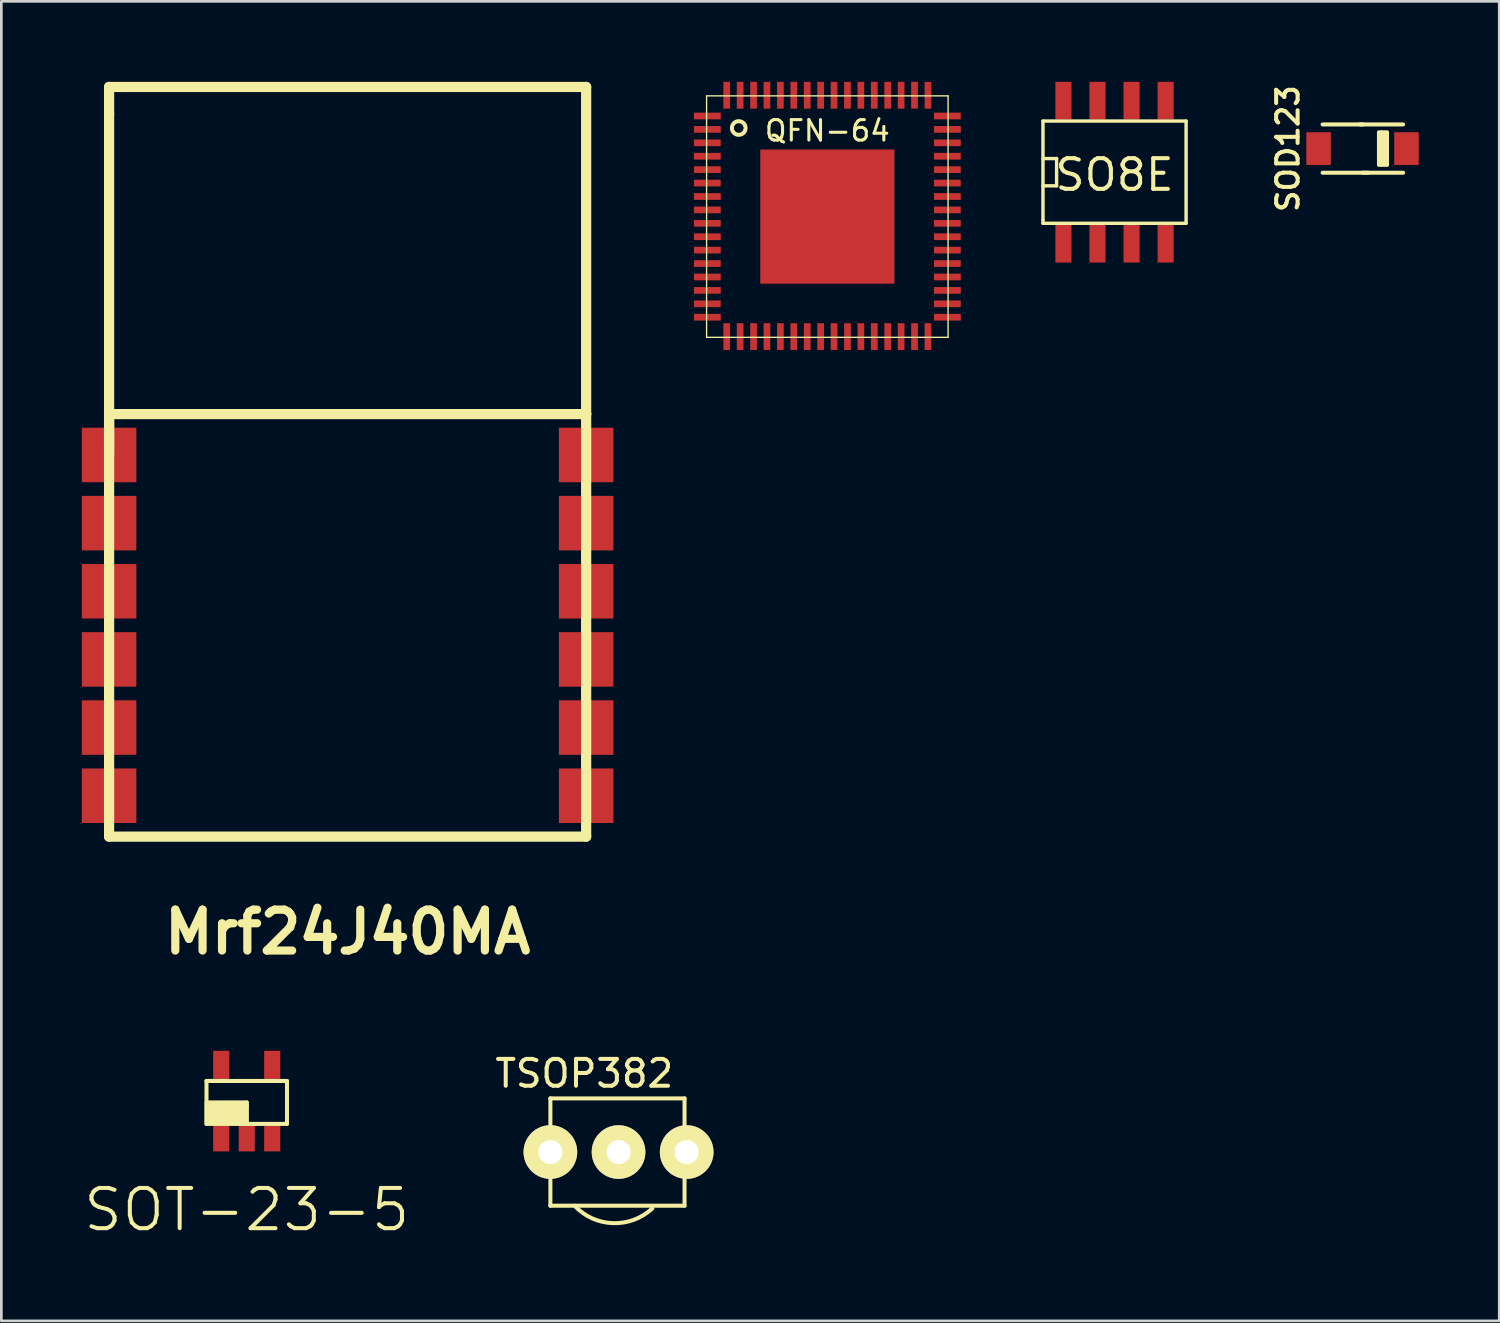
<source format=kicad_pcb>
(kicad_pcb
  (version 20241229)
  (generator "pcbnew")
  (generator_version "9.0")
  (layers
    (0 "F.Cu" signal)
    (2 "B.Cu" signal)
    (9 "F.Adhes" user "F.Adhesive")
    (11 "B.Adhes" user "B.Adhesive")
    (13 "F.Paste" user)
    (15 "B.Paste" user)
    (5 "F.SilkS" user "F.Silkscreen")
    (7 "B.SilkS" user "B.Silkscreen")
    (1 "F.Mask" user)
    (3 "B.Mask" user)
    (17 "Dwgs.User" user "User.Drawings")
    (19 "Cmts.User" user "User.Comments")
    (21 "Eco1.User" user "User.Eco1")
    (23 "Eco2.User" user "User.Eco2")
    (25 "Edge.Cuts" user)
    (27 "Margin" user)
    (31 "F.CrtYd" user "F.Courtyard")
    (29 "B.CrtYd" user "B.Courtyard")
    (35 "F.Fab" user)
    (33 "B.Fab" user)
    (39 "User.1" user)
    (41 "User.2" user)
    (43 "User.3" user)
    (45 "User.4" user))
  (footprint "SOD123"
    (layer "F.Cu")
    (at 47.744 2.488)
    (property "Reference" "SOD123" (at -2.794 0 270) (layer "F.SilkS") (effects (font (size 0.8 0.8) (thickness 0.15))))
    (attr through_hole)
    (fp_line (start 0 -0.9) (end -0.1 -0.9) (stroke (width 0.15) (type solid)) (layer "F.SilkS"))
    (fp_line (start 0 0.9) (end 0.2 0.9) (stroke (width 0.15) (type solid)) (layer "F.SilkS"))
    (fp_line (start 0.6 -0.6) (end 0.6 0.6) (stroke (width 0.15) (type solid)) (layer "F.SilkS"))
    (fp_line (start 0.6 0.6) (end 0.7 0.6) (stroke (width 0.15) (type solid)) (layer "F.SilkS"))
    (fp_line (start 0.7 -0.6) (end 0.6 -0.6) (stroke (width 0.15) (type solid)) (layer "F.SilkS"))
    (fp_line (start 0.7 -0.6) (end 0.7 0.6) (stroke (width 0.15) (type solid)) (layer "F.SilkS"))
    (fp_line (start 0.7 0.6) (end 0.9 0.6) (stroke (width 0.15) (type solid)) (layer "F.SilkS"))
    (fp_line (start 0.8 -0.6) (end 0.8 0.6) (stroke (width 0.15) (type solid)) (layer "F.SilkS"))
    (fp_line (start 0.9 -0.6) (end 0.7 -0.6) (stroke (width 0.15) (type solid)) (layer "F.SilkS"))
    (fp_line (start 0.9 -0.6) (end 0.9 0.6) (stroke (width 0.15) (type solid)) (layer "F.SilkS"))
    (fp_line (start 1.5 -0.9) (end -1.5 -0.9) (stroke (width 0.15) (type solid)) (layer "F.SilkS"))
    (fp_line (start 1.5 0.9) (end -1.5 0.9) (stroke (width 0.15) (type solid)) (layer "F.SilkS"))
    (pad "1" smd rect (at 1.626 0) (size 0.914 1.219) (layers "F.Cu" "F.Mask" "F.Paste"))
    (pad "2" smd rect (at -1.651 0) (size 0.914 1.219) (layers "F.Cu" "F.Mask" "F.Paste")))
  (footprint "QFN-64"
    (layer "F.Cu")
    (at 27.785 5.023)
    (property "Reference" "QFN-64" (at 0 -3.2 0) (layer "F.SilkS") (effects (font (size 0.762 0.762) (thickness 0.114))))
    (attr through_hole)
    (fp_line (start -4.5 -4.5) (end 4.5 -4.5) (stroke (width 0.05) (type solid)) (layer "F.SilkS"))
    (fp_line (start -4.5 4.5) (end -4.5 -4.5) (stroke (width 0.05) (type solid)) (layer "F.SilkS"))
    (fp_line (start 4.5 -4.5) (end 4.5 4.5) (stroke (width 0.05) (type solid)) (layer "F.SilkS"))
    (fp_line (start 4.5 4.5) (end -4.5 4.5) (stroke (width 0.05) (type solid)) (layer "F.SilkS"))
    (fp_circle (center -3.302 -3.302) (end -3.048 -3.302) (stroke (width 0.15) (type solid)) (fill no) (layer "F.SilkS"))
    (pad "1" smd rect (at -4.473 -3.75 270) (size 0.25 1) (layers "F.Cu" "F.Mask" "F.Paste"))
    (pad "2" smd rect (at -4.473 -3.25 270) (size 0.25 1) (layers "F.Cu" "F.Mask" "F.Paste"))
    (pad "3" smd rect (at -4.473 -2.75 270) (size 0.25 1) (layers "F.Cu" "F.Mask" "F.Paste"))
    (pad "4" smd rect (at -4.473 -2.25 270) (size 0.25 1) (layers "F.Cu" "F.Mask" "F.Paste"))
    (pad "5" smd rect (at -4.473 -1.75 270) (size 0.25 1) (layers "F.Cu" "F.Mask" "F.Paste"))
    (pad "6" smd rect (at -4.473 -1.25 270) (size 0.25 1) (layers "F.Cu" "F.Mask" "F.Paste"))
    (pad "7" smd rect (at -4.473 -0.75 270) (size 0.25 1) (layers "F.Cu" "F.Mask" "F.Paste"))
    (pad "8" smd rect (at -4.473 -0.25 270) (size 0.25 1) (layers "F.Cu" "F.Mask" "F.Paste"))
    (pad "9" smd rect (at -4.473 0.25 270) (size 0.25 1) (layers "F.Cu" "F.Mask" "F.Paste"))
    (pad "10" smd rect (at -4.473 0.75 270) (size 0.25 1) (layers "F.Cu" "F.Mask" "F.Paste"))
    (pad "11" smd rect (at -4.473 1.25 270) (size 0.25 1) (layers "F.Cu" "F.Mask" "F.Paste"))
    (pad "12" smd rect (at -4.473 1.75 270) (size 0.25 1) (layers "F.Cu" "F.Mask" "F.Paste"))
    (pad "13" smd rect (at -4.473 2.25 270) (size 0.25 1) (layers "F.Cu" "F.Mask" "F.Paste"))
    (pad "14" smd rect (at -4.473 2.75 270) (size 0.25 1) (layers "F.Cu" "F.Mask" "F.Paste"))
    (pad "15" smd rect (at -4.473 3.25 270) (size 0.25 1) (layers "F.Cu" "F.Mask" "F.Paste"))
    (pad "16" smd rect (at -4.473 3.75 270) (size 0.25 1) (layers "F.Cu" "F.Mask" "F.Paste"))
    (pad "17" smd rect (at -3.75 4.473) (size 0.25 1) (layers "F.Cu" "F.Mask" "F.Paste"))
    (pad "18" smd rect (at -3.25 4.473) (size 0.25 1) (layers "F.Cu" "F.Mask" "F.Paste"))
    (pad "19" smd rect (at -2.75 4.473) (size 0.25 1) (layers "F.Cu" "F.Mask" "F.Paste"))
    (pad "20" smd rect (at -2.25 4.473) (size 0.25 1) (layers "F.Cu" "F.Mask" "F.Paste"))
    (pad "21" smd rect (at -1.75 4.473) (size 0.25 1) (layers "F.Cu" "F.Mask" "F.Paste"))
    (pad "22" smd rect (at -1.25 4.473) (size 0.25 1) (layers "F.Cu" "F.Mask" "F.Paste"))
    (pad "23" smd rect (at -0.75 4.473) (size 0.25 1) (layers "F.Cu" "F.Mask" "F.Paste"))
    (pad "24" smd rect (at -0.25 4.473) (size 0.25 1) (layers "F.Cu" "F.Mask" "F.Paste"))
    (pad "25" smd rect (at 0.25 4.473) (size 0.25 1) (layers "F.Cu" "F.Mask" "F.Paste"))
    (pad "26" smd rect (at 0.75 4.473) (size 0.25 1) (layers "F.Cu" "F.Mask" "F.Paste"))
    (pad "27" smd rect (at 1.25 4.473) (size 0.25 1) (layers "F.Cu" "F.Mask" "F.Paste"))
    (pad "28" smd rect (at 1.75 4.473) (size 0.25 1) (layers "F.Cu" "F.Mask" "F.Paste"))
    (pad "29" smd rect (at 2.25 4.473) (size 0.25 1) (layers "F.Cu" "F.Mask" "F.Paste"))
    (pad "30" smd rect (at 2.75 4.473) (size 0.25 1) (layers "F.Cu" "F.Mask" "F.Paste"))
    (pad "31" smd rect (at 3.25 4.473) (size 0.25 1) (layers "F.Cu" "F.Mask" "F.Paste"))
    (pad "32" smd rect (at 3.75 4.473) (size 0.25 1) (layers "F.Cu" "F.Mask" "F.Paste"))
    (pad "33" smd rect (at 4.473 3.75 90) (size 0.25 1) (layers "F.Cu" "F.Mask" "F.Paste"))
    (pad "34" smd rect (at 4.473 3.25 90) (size 0.25 1) (layers "F.Cu" "F.Mask" "F.Paste"))
    (pad "35" smd rect (at 4.473 2.75 90) (size 0.25 1) (layers "F.Cu" "F.Mask" "F.Paste"))
    (pad "36" smd rect (at 4.473 2.25 90) (size 0.25 1) (layers "F.Cu" "F.Mask" "F.Paste"))
    (pad "37" smd rect (at 4.473 1.75 90) (size 0.25 1) (layers "F.Cu" "F.Mask" "F.Paste"))
    (pad "38" smd rect (at 4.473 1.25 90) (size 0.25 1) (layers "F.Cu" "F.Mask" "F.Paste"))
    (pad "39" smd rect (at 4.473 0.75 90) (size 0.25 1) (layers "F.Cu" "F.Mask" "F.Paste"))
    (pad "40" smd rect (at 4.473 0.25 90) (size 0.25 1) (layers "F.Cu" "F.Mask" "F.Paste"))
    (pad "41" smd rect (at 4.473 -0.25 90) (size 0.25 1) (layers "F.Cu" "F.Mask" "F.Paste"))
    (pad "42" smd rect (at 4.473 -0.75 90) (size 0.25 1) (layers "F.Cu" "F.Mask" "F.Paste"))
    (pad "43" smd rect (at 4.473 -1.25 90) (size 0.25 1) (layers "F.Cu" "F.Mask" "F.Paste"))
    (pad "44" smd rect (at 4.473 -1.75 90) (size 0.25 1) (layers "F.Cu" "F.Mask" "F.Paste"))
    (pad "45" smd rect (at 4.473 -2.25 90) (size 0.25 1) (layers "F.Cu" "F.Mask" "F.Paste"))
    (pad "46" smd rect (at 4.473 -2.75 90) (size 0.25 1) (layers "F.Cu" "F.Mask" "F.Paste"))
    (pad "47" smd rect (at 4.473 -3.25 90) (size 0.25 1) (layers "F.Cu" "F.Mask" "F.Paste"))
    (pad "48" smd rect (at 4.473 -3.75 90) (size 0.25 1) (layers "F.Cu" "F.Mask" "F.Paste"))
    (pad "49" smd rect (at 3.75 -4.523 180) (size 0.25 1) (layers "F.Cu" "F.Mask" "F.Paste"))
    (pad "50" smd rect (at 3.25 -4.523 180) (size 0.25 1) (layers "F.Cu" "F.Mask" "F.Paste"))
    (pad "51" smd rect (at 2.75 -4.523 180) (size 0.25 1) (layers "F.Cu" "F.Mask" "F.Paste"))
    (pad "52" smd rect (at 2.25 -4.523 180) (size 0.25 1) (layers "F.Cu" "F.Mask" "F.Paste"))
    (pad "53" smd rect (at 1.75 -4.523 180) (size 0.25 1) (layers "F.Cu" "F.Mask" "F.Paste"))
    (pad "54" smd rect (at 1.25 -4.523 180) (size 0.25 1) (layers "F.Cu" "F.Mask" "F.Paste"))
    (pad "55" smd rect (at 0.75 -4.523 180) (size 0.25 1) (layers "F.Cu" "F.Mask" "F.Paste"))
    (pad "56" smd rect (at 0.25 -4.523 180) (size 0.25 1) (layers "F.Cu" "F.Mask" "F.Paste"))
    (pad "57" smd rect (at -0.25 -4.523 180) (size 0.25 1) (layers "F.Cu" "F.Mask" "F.Paste"))
    (pad "58" smd rect (at -0.75 -4.523 180) (size 0.25 1) (layers "F.Cu" "F.Mask" "F.Paste"))
    (pad "59" smd rect (at -1.25 -4.523 180) (size 0.25 1) (layers "F.Cu" "F.Mask" "F.Paste"))
    (pad "60" smd rect (at -1.75 -4.523 180) (size 0.25 1) (layers "F.Cu" "F.Mask" "F.Paste"))
    (pad "61" smd rect (at -2.25 -4.523 180) (size 0.25 1) (layers "F.Cu" "F.Mask" "F.Paste"))
    (pad "62" smd rect (at -2.75 -4.523 180) (size 0.25 1) (layers "F.Cu" "F.Mask" "F.Paste"))
    (pad "63" smd rect (at -3.25 -4.523 180) (size 0.25 1) (layers "F.Cu" "F.Mask" "F.Paste"))
    (pad "64" smd rect (at -3.75 -4.523 180) (size 0.25 1) (layers "F.Cu" "F.Mask" "F.Paste"))
    (pad "65" smd rect (at 0 0) (size 5 5) (layers "F.Cu" "F.Mask" "F.Paste")))
  (footprint "SOT-23-5"
    (layer "F.Cu")
    (at 6.146 38.038)
    (property "Reference" "SOT-23-5" (at 0 4 0) (layer "F.SilkS") (effects (font (size 1.5 1.5) (thickness 0.15))))
    (attr through_hole)
    (fp_line (start -1.5 -0.8) (end -1.5 0.8) (stroke (width 0.15) (type solid)) (layer "F.SilkS"))
    (fp_line (start -1.5 0) (end 0 0) (stroke (width 0.15) (type solid)) (layer "F.SilkS"))
    (fp_line (start -1.5 0.1) (end 0 0.1) (stroke (width 0.15) (type solid)) (layer "F.SilkS"))
    (fp_line (start -1.5 0.4) (end 0 0.4) (stroke (width 0.15) (type solid)) (layer "F.SilkS"))
    (fp_line (start -1.5 0.6) (end 0 0.6) (stroke (width 0.15) (type solid)) (layer "F.SilkS"))
    (fp_line (start -1.5 0.8) (end 1.5 0.8) (stroke (width 0.15) (type solid)) (layer "F.SilkS"))
    (fp_line (start 0 0) (end 0 0.8) (stroke (width 0.15) (type solid)) (layer "F.SilkS"))
    (fp_line (start 0 0.1) (end 0 0.2) (stroke (width 0.15) (type solid)) (layer "F.SilkS"))
    (fp_line (start 0 0.2) (end -1.5 0.2) (stroke (width 0.15) (type solid)) (layer "F.SilkS"))
    (fp_line (start 0 0.3) (end -1.5 0.3) (stroke (width 0.15) (type solid)) (layer "F.SilkS"))
    (fp_line (start 0 0.5) (end -1.5 0.5) (stroke (width 0.15) (type solid)) (layer "F.SilkS"))
    (fp_line (start 0 0.7) (end -1.5 0.7) (stroke (width 0.15) (type solid)) (layer "F.SilkS"))
    (fp_line (start 1.5 -0.8) (end -1.5 -0.8) (stroke (width 0.15) (type solid)) (layer "F.SilkS"))
    (fp_line (start 1.5 0.8) (end 1.5 -0.8) (stroke (width 0.15) (type solid)) (layer "F.SilkS"))
    (pad "1" smd rect (at -0.95 1.3) (size 0.6 1.05) (layers "F.Cu" "F.Mask" "F.Paste"))
    (pad "2" smd rect (at 0 1.3) (size 0.6 1.05) (layers "F.Cu" "F.Mask" "F.Paste"))
    (pad "3" smd rect (at 0.95 1.3) (size 0.6 1.05) (layers "F.Cu" "F.Mask" "F.Paste"))
    (pad "4" smd rect (at 0.95 -1.4) (size 0.6 1.05) (layers "F.Cu" "F.Mask" "F.Paste"))
    (pad "5" smd rect (at -0.95 -1.4) (size 0.6 1.05) (layers "F.Cu" "F.Mask" "F.Paste")))
  (footprint "TSOP382"
    (layer "F.Cu")
    (at 17.463 39.887)
    (property "Reference" "TSOP382" (at 1.264 -2.926 0) (layer "F.SilkS") (effects (font (size 1 1) (thickness 0.15))))
    (attr through_hole)
    (fp_line (start 0 -2) (end 5 -2) (stroke (width 0.15) (type solid)) (layer "F.SilkS"))
    (fp_line (start 0 2) (end 0 -2) (stroke (width 0.15) (type solid)) (layer "F.SilkS"))
    (fp_line (start 5 -2) (end 5 2) (stroke (width 0.15) (type solid)) (layer "F.SilkS"))
    (fp_line (start 5 2) (end 0 2) (stroke (width 0.15) (type solid)) (layer "F.SilkS"))
    (fp_arc (start 3.8 2.1) (mid 2.329289 2.65061) (end 0.9 2) (stroke (width 0.15) (type solid)) (layer "F.SilkS"))
    (pad "1" thru_hole circle (at 0 0) (size 2 2) (drill 0.9) (layers "*.Cu" "*.Mask" "F.SilkS"))
    (pad "2" thru_hole circle (at 2.54 0) (size 2 2) (drill 0.9) (layers "*.Cu" "*.Mask" "F.SilkS"))
    (pad "3" thru_hole circle (at 5.08 0) (size 2 2) (drill 0.9) (layers "*.Cu" "*.Mask" "F.SilkS")))
  (footprint "Mrf24J40MA"
    (layer "F.Cu")
    (at 9.906 16.447)
    (property "Reference" "Mrf24J40MA" (at 0 15.24 0) (layer "F.SilkS") (effects (font (size 1.524 1.524) (thickness 0.305))))
    (attr through_hole)
    (fp_line (start -8.89 -16.256) (end 8.89 -16.256) (stroke (width 0.381) (type solid)) (layer "F.SilkS"))
    (fp_line (start -8.89 -15.24) (end -8.89 -16.256) (stroke (width 0.381) (type solid)) (layer "F.SilkS"))
    (fp_line (start -8.89 -4.064) (end 8.89 -4.064) (stroke (width 0.381) (type solid)) (layer "F.SilkS"))
    (fp_line (start -8.89 -2.54) (end -8.89 -15.24) (stroke (width 0.381) (type solid)) (layer "F.SilkS"))
    (fp_line (start -8.89 11.684) (end -8.89 -4.064) (stroke (width 0.381) (type solid)) (layer "F.SilkS"))
    (fp_line (start 8.89 -16.256) (end 8.89 -4.064) (stroke (width 0.381) (type solid)) (layer "F.SilkS"))
    (fp_line (start 8.89 -4.064) (end 8.89 11.684) (stroke (width 0.381) (type solid)) (layer "F.SilkS"))
    (fp_line (start 8.89 11.684) (end -8.89 11.684) (stroke (width 0.381) (type solid)) (layer "F.SilkS"))
    (pad "1" smd rect (at -8.89 -2.54) (size 2.032 2.032) (layers "F.Cu" "F.Mask" "F.Paste"))
    (pad "2" smd rect (at -8.89 0) (size 2.032 2.032) (layers "F.Cu" "F.Mask" "F.Paste"))
    (pad "3" smd rect (at -8.89 2.54) (size 2.032 2.032) (layers "F.Cu" "F.Mask" "F.Paste"))
    (pad "4" smd rect (at -8.89 5.08) (size 2.032 2.032) (layers "F.Cu" "F.Mask" "F.Paste"))
    (pad "5" smd rect (at -8.89 7.62) (size 2.032 2.032) (layers "F.Cu" "F.Mask" "F.Paste"))
    (pad "6" smd rect (at -8.89 10.16) (size 2.032 2.032) (layers "F.Cu" "F.Mask" "F.Paste"))
    (pad "7" smd rect (at 8.89 10.16) (size 2.032 2.032) (layers "F.Cu" "F.Mask" "F.Paste"))
    (pad "8" smd rect (at 8.89 7.62) (size 2.032 2.032) (layers "F.Cu" "F.Mask" "F.Paste"))
    (pad "9" smd rect (at 8.89 5.08) (size 2.032 2.032) (layers "F.Cu" "F.Mask" "F.Paste"))
    (pad "10" smd rect (at 8.89 2.54) (size 2.032 2.032) (layers "F.Cu" "F.Mask" "F.Paste"))
    (pad "11" smd rect (at 8.89 0) (size 2.032 2.032) (layers "F.Cu" "F.Mask" "F.Paste"))
    (pad "12" smd rect (at 8.89 -2.54) (size 2.032 2.032) (layers "F.Cu" "F.Mask" "F.Paste")))
  (footprint "SO8E"
    (layer "F.Cu")
    (at 38.489 3.367)
    (property "Reference" "SO8E" (at 0 0.1 0) (layer "F.SilkS") (effects (font (size 1.143 1.143) (thickness 0.152))))
    (attr smd)
    (fp_line (start -2.667 -1.905) (end -2.667 1.778) (stroke (width 0.127) (type solid)) (layer "F.SilkS"))
    (fp_line (start -2.667 -0.508) (end -2.159 -0.508) (stroke (width 0.127) (type solid)) (layer "F.SilkS"))
    (fp_line (start -2.667 1.778) (end -2.667 1.905) (stroke (width 0.127) (type solid)) (layer "F.SilkS"))
    (fp_line (start -2.667 1.905) (end 2.667 1.905) (stroke (width 0.127) (type solid)) (layer "F.SilkS"))
    (fp_line (start -2.159 -0.508) (end -2.159 0.508) (stroke (width 0.127) (type solid)) (layer "F.SilkS"))
    (fp_line (start -2.159 0.508) (end -2.667 0.508) (stroke (width 0.127) (type solid)) (layer "F.SilkS"))
    (fp_line (start 2.667 -1.905) (end -2.667 -1.905) (stroke (width 0.127) (type solid)) (layer "F.SilkS"))
    (fp_line (start 2.667 -1.905) (end 2.667 1.905) (stroke (width 0.127) (type solid)) (layer "F.SilkS"))
    (pad "1" smd rect (at -1.905 2.667) (size 0.599 1.4) (layers "F.Cu" "F.Mask" "F.Paste"))
    (pad "2" smd rect (at -0.635 2.667) (size 0.599 1.4) (layers "F.Cu" "F.Mask" "F.Paste"))
    (pad "3" smd rect (at 0.635 2.667) (size 0.599 1.4) (layers "F.Cu" "F.Mask" "F.Paste"))
    (pad "4" smd rect (at 1.905 2.667) (size 0.599 1.4) (layers "F.Cu" "F.Mask" "F.Paste"))
    (pad "5" smd rect (at 1.905 -2.667) (size 0.599 1.4) (layers "F.Cu" "F.Mask" "F.Paste"))
    (pad "6" smd rect (at 0.635 -2.667) (size 0.599 1.4) (layers "F.Cu" "F.Mask" "F.Paste"))
    (pad "7" smd rect (at -0.635 -2.667) (size 0.599 1.4) (layers "F.Cu" "F.Mask" "F.Paste"))
    (pad "8" smd rect (at -1.905 -2.667) (size 0.599 1.4) (layers "F.Cu" "F.Mask" "F.Paste")))
  (gr_rect
    (start -3 -3)
    (end 52.827 46.179)
    (stroke (width 0.1) (type default))
    (fill no)
    (layer "Edge.Cuts")))
</source>
